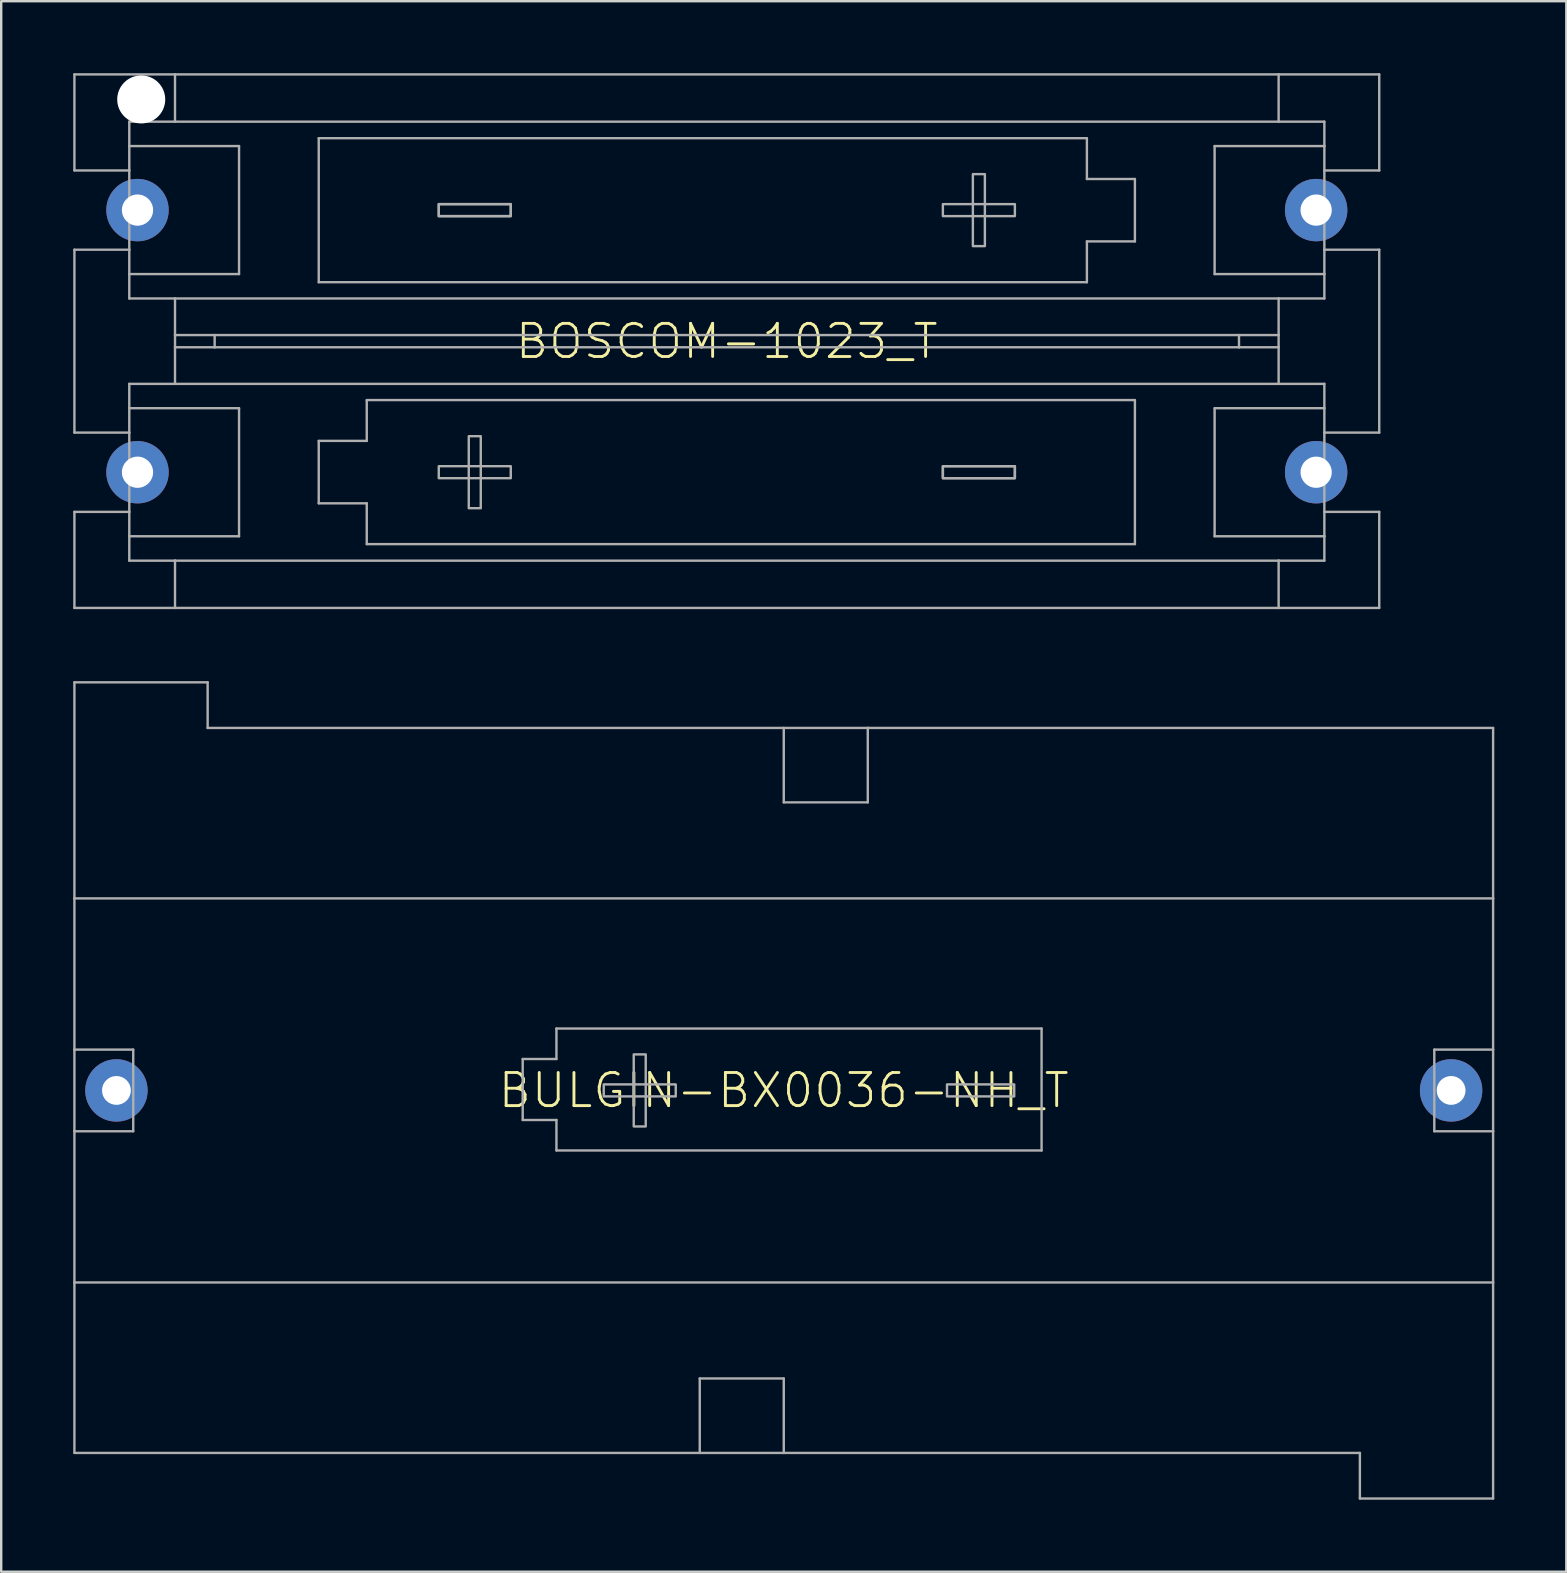
<source format=kicad_pcb>
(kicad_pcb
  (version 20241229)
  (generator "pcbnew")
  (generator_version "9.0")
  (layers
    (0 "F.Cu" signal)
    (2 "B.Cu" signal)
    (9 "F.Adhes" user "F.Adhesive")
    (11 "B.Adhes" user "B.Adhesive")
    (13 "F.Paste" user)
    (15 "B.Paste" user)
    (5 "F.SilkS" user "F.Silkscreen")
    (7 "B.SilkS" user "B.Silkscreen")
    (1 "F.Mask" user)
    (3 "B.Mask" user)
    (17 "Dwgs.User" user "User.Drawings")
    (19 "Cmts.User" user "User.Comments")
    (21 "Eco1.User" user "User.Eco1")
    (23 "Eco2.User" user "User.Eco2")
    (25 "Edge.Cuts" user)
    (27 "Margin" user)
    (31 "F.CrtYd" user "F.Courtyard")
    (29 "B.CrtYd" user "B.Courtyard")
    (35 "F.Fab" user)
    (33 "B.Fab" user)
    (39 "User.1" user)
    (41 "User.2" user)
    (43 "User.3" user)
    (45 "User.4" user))
  (footprint "BULGIN-BX0036-NH_T"
    (layer "F.Cu")
    (at 29.6 42.375)
    (property "Reference" "BULGIN-BX0036-NH_T" (at 0 0 0) (unlocked yes) (layer "F.SilkS") (effects (font (size 1.38 1.38) (thickness 0.12))))
    (fp_line (start -29.55 -17) (end -24 -17) (stroke (width 0.1) (type solid)) (layer "F.Fab"))
    (fp_line (start -29.55 -8) (end -29.55 -17) (stroke (width 0.1) (type solid)) (layer "F.Fab"))
    (fp_line (start -29.55 -1.7) (end -29.55 -8) (stroke (width 0.1) (type solid)) (layer "F.Fab"))
    (fp_line (start -29.55 1.7) (end -29.55 -1.7) (stroke (width 0.1) (type solid)) (layer "F.Fab"))
    (fp_line (start -29.55 1.7) (end -27.1 1.7) (stroke (width 0.1) (type solid)) (layer "F.Fab"))
    (fp_line (start -29.55 8) (end -29.55 1.7) (stroke (width 0.1) (type solid)) (layer "F.Fab"))
    (fp_line (start -29.55 8) (end 29.55 8) (stroke (width 0.1) (type solid)) (layer "F.Fab"))
    (fp_line (start -29.55 15.1) (end -29.55 8) (stroke (width 0.1) (type solid)) (layer "F.Fab"))
    (fp_line (start -29.55 15.1) (end -3.5 15.1) (stroke (width 0.1) (type solid)) (layer "F.Fab"))
    (fp_line (start -27.1 -1.7) (end -29.55 -1.7) (stroke (width 0.1) (type solid)) (layer "F.Fab"))
    (fp_line (start -27.1 1.7) (end -27.1 -1.7) (stroke (width 0.1) (type solid)) (layer "F.Fab"))
    (fp_line (start -24 -15.1) (end -24 -17) (stroke (width 0.1) (type solid)) (layer "F.Fab"))
    (fp_line (start -24 -15.1) (end 0 -15.1) (stroke (width 0.1) (type solid)) (layer "F.Fab"))
    (fp_line (start -10.875 -1.309) (end -10.875 1.231) (stroke (width 0.1) (type solid)) (layer "F.Fab"))
    (fp_line (start -10.875 1.231) (end -9.47 1.231) (stroke (width 0.1) (type solid)) (layer "F.Fab"))
    (fp_line (start -9.47 -2.579) (end -9.47 -1.309) (stroke (width 0.1) (type solid)) (layer "F.Fab"))
    (fp_line (start -9.47 -1.309) (end -10.875 -1.309) (stroke (width 0.1) (type solid)) (layer "F.Fab"))
    (fp_line (start -9.47 2.501) (end -9.47 1.231) (stroke (width 0.1) (type solid)) (layer "F.Fab"))
    (fp_line (start -3.5 12) (end 0 12) (stroke (width 0.1) (type solid)) (layer "F.Fab"))
    (fp_line (start -3.5 15.1) (end -3.5 12) (stroke (width 0.1) (type solid)) (layer "F.Fab"))
    (fp_line (start 0 -15.1) (end 3.5 -15.1) (stroke (width 0.1) (type solid)) (layer "F.Fab"))
    (fp_line (start 0 -12) (end 0 -15.1) (stroke (width 0.1) (type solid)) (layer "F.Fab"))
    (fp_line (start 0 -12) (end 3.5 -12) (stroke (width 0.1) (type solid)) (layer "F.Fab"))
    (fp_line (start 0 12) (end 0 15.1) (stroke (width 0.1) (type solid)) (layer "F.Fab"))
    (fp_line (start 0 15.1) (end -3.5 15.1) (stroke (width 0.1) (type solid)) (layer "F.Fab"))
    (fp_line (start 0 15.1) (end 24 15.1) (stroke (width 0.1) (type solid)) (layer "F.Fab"))
    (fp_line (start 3.5 -15.1) (end 29.55 -15.1) (stroke (width 0.1) (type solid)) (layer "F.Fab"))
    (fp_line (start 3.5 -12) (end 3.5 -15.1) (stroke (width 0.1) (type solid)) (layer "F.Fab"))
    (fp_line (start 10.74 -2.579) (end -9.47 -2.579) (stroke (width 0.1) (type solid)) (layer "F.Fab"))
    (fp_line (start 10.74 2.501) (end -9.47 2.501) (stroke (width 0.1) (type solid)) (layer "F.Fab"))
    (fp_line (start 10.74 2.501) (end 10.74 -2.579) (stroke (width 0.1) (type solid)) (layer "F.Fab"))
    (fp_line (start 24 15.1) (end 24 17) (stroke (width 0.1) (type solid)) (layer "F.Fab"))
    (fp_line (start 27.1 -1.7) (end 27.1 1.7) (stroke (width 0.1) (type solid)) (layer "F.Fab"))
    (fp_line (start 27.1 1.7) (end 29.55 1.7) (stroke (width 0.1) (type solid)) (layer "F.Fab"))
    (fp_line (start 29.55 -15.1) (end 29.55 -8) (stroke (width 0.1) (type solid)) (layer "F.Fab"))
    (fp_line (start 29.55 -8) (end -29.55 -8) (stroke (width 0.1) (type solid)) (layer "F.Fab"))
    (fp_line (start 29.55 -8) (end 29.55 -1.7) (stroke (width 0.1) (type solid)) (layer "F.Fab"))
    (fp_line (start 29.55 -1.7) (end 27.1 -1.7) (stroke (width 0.1) (type solid)) (layer "F.Fab"))
    (fp_line (start 29.55 -1.7) (end 29.55 1.7) (stroke (width 0.1) (type solid)) (layer "F.Fab"))
    (fp_line (start 29.55 1.7) (end 29.55 8) (stroke (width 0.1) (type solid)) (layer "F.Fab"))
    (fp_line (start 29.55 8) (end 29.55 17) (stroke (width 0.1) (type solid)) (layer "F.Fab"))
    (fp_line (start 29.55 17) (end 24 17) (stroke (width 0.1) (type solid)) (layer "F.Fab"))
    (fp_poly (pts (xy -7.5 0.25) (xy -4.5 0.25) (xy -4.5 -0.25) (xy -7.5 -0.25)) (stroke (width 0.1) (type default)) (fill no) (layer "F.Fab"))
    (fp_poly (pts (xy -6.25 1.5) (xy -5.75 1.5) (xy -5.75 -1.5) (xy -6.25 -1.5)) (stroke (width 0.1) (type default)) (fill no) (layer "F.Fab"))
    (fp_poly (pts (xy 6.8 0.25) (xy 9.6 0.25) (xy 9.6 -0.25) (xy 6.8 -0.25)) (stroke (width 0.1) (type default)) (fill no) (layer "F.Fab"))
    (pad "M" thru_hole circle (at 27.8 0) (size 2.6 2.6) (drill 1.2) (layers "*.Cu" "*.Mask"))
    (pad "P" thru_hole circle (at -27.8 0) (size 2.6 2.6) (drill 1.2) (layers "*.Cu" "*.Mask")))
  (footprint "BOSCOM-1023_T"
    (layer "F.Cu")
    (at 27.228 11.162)
    (property "Reference" "BOSCOM-1023_T" (at 0 0.006 0) (unlocked yes) (layer "F.SilkS") (effects (font (size 1.38 1.38) (thickness 0.12))))
    (fp_line (start -27.178 -11.113) (end -22.987 -11.113) (stroke (width 0.1) (type solid)) (layer "F.Fab"))
    (fp_line (start -27.178 -7.112) (end -27.178 -11.113) (stroke (width 0.1) (type solid)) (layer "F.Fab"))
    (fp_line (start -27.178 -7.112) (end -24.892 -7.112) (stroke (width 0.1) (type solid)) (layer "F.Fab"))
    (fp_line (start -27.178 -3.81) (end -24.892 -3.81) (stroke (width 0.1) (type solid)) (layer "F.Fab"))
    (fp_line (start -27.178 3.81) (end -27.178 -3.81) (stroke (width 0.1) (type solid)) (layer "F.Fab"))
    (fp_line (start -27.178 3.81) (end -24.892 3.81) (stroke (width 0.1) (type solid)) (layer "F.Fab"))
    (fp_line (start -27.178 7.112) (end -27.178 11.113) (stroke (width 0.1) (type solid)) (layer "F.Fab"))
    (fp_line (start -27.178 7.112) (end -24.892 7.112) (stroke (width 0.1) (type solid)) (layer "F.Fab"))
    (fp_line (start -24.892 -9.144) (end -22.987 -9.144) (stroke (width 0.1) (type solid)) (layer "F.Fab"))
    (fp_line (start -24.892 -8.128) (end -24.892 -9.144) (stroke (width 0.1) (type solid)) (layer "F.Fab"))
    (fp_line (start -24.892 -7.112) (end -24.892 -8.128) (stroke (width 0.1) (type solid)) (layer "F.Fab"))
    (fp_line (start -24.892 -7.112) (end -24.892 -3.81) (stroke (width 0.1) (type solid)) (layer "F.Fab"))
    (fp_line (start -24.892 -3.81) (end -24.892 -2.794) (stroke (width 0.1) (type solid)) (layer "F.Fab"))
    (fp_line (start -24.892 -2.794) (end -24.892 -1.778) (stroke (width 0.1) (type solid)) (layer "F.Fab"))
    (fp_line (start -24.892 -2.794) (end -20.32 -2.794) (stroke (width 0.1) (type solid)) (layer "F.Fab"))
    (fp_line (start -24.892 -1.778) (end -22.987 -1.778) (stroke (width 0.1) (type solid)) (layer "F.Fab"))
    (fp_line (start -24.892 2.794) (end -24.892 1.778) (stroke (width 0.1) (type solid)) (layer "F.Fab"))
    (fp_line (start -24.892 3.81) (end -24.892 2.794) (stroke (width 0.1) (type solid)) (layer "F.Fab"))
    (fp_line (start -24.892 3.81) (end -24.892 7.112) (stroke (width 0.1) (type solid)) (layer "F.Fab"))
    (fp_line (start -24.892 7.112) (end -24.892 8.128) (stroke (width 0.1) (type solid)) (layer "F.Fab"))
    (fp_line (start -24.892 8.128) (end -24.892 9.144) (stroke (width 0.1) (type solid)) (layer "F.Fab"))
    (fp_line (start -24.892 8.128) (end -20.32 8.128) (stroke (width 0.1) (type solid)) (layer "F.Fab"))
    (fp_line (start -22.987 -11.113) (end 22.987 -11.113) (stroke (width 0.1) (type solid)) (layer "F.Fab"))
    (fp_line (start -22.987 -9.144) (end -22.987 -11.113) (stroke (width 0.1) (type solid)) (layer "F.Fab"))
    (fp_line (start -22.987 -9.144) (end 22.987 -9.144) (stroke (width 0.1) (type solid)) (layer "F.Fab"))
    (fp_line (start -22.987 -1.778) (end 22.987 -1.778) (stroke (width 0.1) (type solid)) (layer "F.Fab"))
    (fp_line (start -22.987 -0.254) (end -22.987 -1.778) (stroke (width 0.1) (type solid)) (layer "F.Fab"))
    (fp_line (start -22.987 -0.254) (end -21.336 -0.254) (stroke (width 0.1) (type solid)) (layer "F.Fab"))
    (fp_line (start -22.987 0.254) (end -22.987 -0.254) (stroke (width 0.1) (type solid)) (layer "F.Fab"))
    (fp_line (start -22.987 1.778) (end -24.892 1.778) (stroke (width 0.1) (type solid)) (layer "F.Fab"))
    (fp_line (start -22.987 1.778) (end -22.987 0.254) (stroke (width 0.1) (type solid)) (layer "F.Fab"))
    (fp_line (start -22.987 9.144) (end -24.892 9.144) (stroke (width 0.1) (type solid)) (layer "F.Fab"))
    (fp_line (start -22.987 9.144) (end -22.987 11.113) (stroke (width 0.1) (type solid)) (layer "F.Fab"))
    (fp_line (start -22.987 11.113) (end -27.178 11.113) (stroke (width 0.1) (type solid)) (layer "F.Fab"))
    (fp_line (start -21.336 -0.254) (end -21.336 0.254) (stroke (width 0.1) (type solid)) (layer "F.Fab"))
    (fp_line (start -21.336 -0.254) (end 21.336 -0.254) (stroke (width 0.1) (type solid)) (layer "F.Fab"))
    (fp_line (start -21.336 0.254) (end -22.987 0.254) (stroke (width 0.1) (type solid)) (layer "F.Fab"))
    (fp_line (start -20.32 -8.128) (end -24.892 -8.128) (stroke (width 0.1) (type solid)) (layer "F.Fab"))
    (fp_line (start -20.32 -2.794) (end -20.32 -8.128) (stroke (width 0.1) (type solid)) (layer "F.Fab"))
    (fp_line (start -20.32 2.794) (end -24.892 2.794) (stroke (width 0.1) (type solid)) (layer "F.Fab"))
    (fp_line (start -20.32 8.128) (end -20.32 2.794) (stroke (width 0.1) (type solid)) (layer "F.Fab"))
    (fp_line (start -17 -8.455) (end -17 -2.455) (stroke (width 0.1) (type solid)) (layer "F.Fab"))
    (fp_line (start -17 -8.455) (end 15 -8.455) (stroke (width 0.1) (type solid)) (layer "F.Fab"))
    (fp_line (start -17 -2.455) (end 15 -2.455) (stroke (width 0.1) (type solid)) (layer "F.Fab"))
    (fp_line (start -17 4.155) (end -17 6.755) (stroke (width 0.1) (type solid)) (layer "F.Fab"))
    (fp_line (start -17 6.755) (end -15 6.755) (stroke (width 0.1) (type solid)) (layer "F.Fab"))
    (fp_line (start -15 2.455) (end -15 4.155) (stroke (width 0.1) (type solid)) (layer "F.Fab"))
    (fp_line (start -15 4.155) (end -17 4.155) (stroke (width 0.1) (type solid)) (layer "F.Fab"))
    (fp_line (start -15 8.455) (end -15 6.755) (stroke (width 0.1) (type solid)) (layer "F.Fab"))
    (fp_line (start 15 -8.455) (end 15 -6.755) (stroke (width 0.1) (type solid)) (layer "F.Fab"))
    (fp_line (start 15 -4.155) (end 17 -4.155) (stroke (width 0.1) (type solid)) (layer "F.Fab"))
    (fp_line (start 15 -2.455) (end 15 -4.155) (stroke (width 0.1) (type solid)) (layer "F.Fab"))
    (fp_line (start 17 -6.755) (end 15 -6.755) (stroke (width 0.1) (type solid)) (layer "F.Fab"))
    (fp_line (start 17 -4.155) (end 17 -6.755) (stroke (width 0.1) (type solid)) (layer "F.Fab"))
    (fp_line (start 17 2.455) (end -15 2.455) (stroke (width 0.1) (type solid)) (layer "F.Fab"))
    (fp_line (start 17 8.455) (end -15 8.455) (stroke (width 0.1) (type solid)) (layer "F.Fab"))
    (fp_line (start 17 8.455) (end 17 2.455) (stroke (width 0.1) (type solid)) (layer "F.Fab"))
    (fp_line (start 20.32 -8.128) (end 20.32 -2.794) (stroke (width 0.1) (type solid)) (layer "F.Fab"))
    (fp_line (start 20.32 -2.794) (end 24.892 -2.794) (stroke (width 0.1) (type solid)) (layer "F.Fab"))
    (fp_line (start 20.32 2.794) (end 20.32 8.128) (stroke (width 0.1) (type solid)) (layer "F.Fab"))
    (fp_line (start 20.32 8.128) (end 24.892 8.128) (stroke (width 0.1) (type solid)) (layer "F.Fab"))
    (fp_line (start 21.336 -0.254) (end 21.336 0.254) (stroke (width 0.1) (type solid)) (layer "F.Fab"))
    (fp_line (start 21.336 -0.254) (end 22.987 -0.254) (stroke (width 0.1) (type solid)) (layer "F.Fab"))
    (fp_line (start 21.336 0.254) (end -21.336 0.254) (stroke (width 0.1) (type solid)) (layer "F.Fab"))
    (fp_line (start 22.987 -11.113) (end 22.987 -9.144) (stroke (width 0.1) (type solid)) (layer "F.Fab"))
    (fp_line (start 22.987 -11.113) (end 27.178 -11.113) (stroke (width 0.1) (type solid)) (layer "F.Fab"))
    (fp_line (start 22.987 -9.144) (end 24.892 -9.144) (stroke (width 0.1) (type solid)) (layer "F.Fab"))
    (fp_line (start 22.987 -1.778) (end 22.987 -0.254) (stroke (width 0.1) (type solid)) (layer "F.Fab"))
    (fp_line (start 22.987 -1.778) (end 24.892 -1.778) (stroke (width 0.1) (type solid)) (layer "F.Fab"))
    (fp_line (start 22.987 -0.254) (end 22.987 0.254) (stroke (width 0.1) (type solid)) (layer "F.Fab"))
    (fp_line (start 22.987 0.254) (end 21.336 0.254) (stroke (width 0.1) (type solid)) (layer "F.Fab"))
    (fp_line (start 22.987 0.254) (end 22.987 1.778) (stroke (width 0.1) (type solid)) (layer "F.Fab"))
    (fp_line (start 22.987 1.778) (end -22.987 1.778) (stroke (width 0.1) (type solid)) (layer "F.Fab"))
    (fp_line (start 22.987 9.144) (end -22.987 9.144) (stroke (width 0.1) (type solid)) (layer "F.Fab"))
    (fp_line (start 22.987 9.144) (end 22.987 11.113) (stroke (width 0.1) (type solid)) (layer "F.Fab"))
    (fp_line (start 22.987 11.113) (end -22.987 11.113) (stroke (width 0.1) (type solid)) (layer "F.Fab"))
    (fp_line (start 22.987 11.113) (end 27.178 11.113) (stroke (width 0.1) (type solid)) (layer "F.Fab"))
    (fp_line (start 24.892 -8.128) (end 20.32 -8.128) (stroke (width 0.1) (type solid)) (layer "F.Fab"))
    (fp_line (start 24.892 -8.128) (end 24.892 -9.144) (stroke (width 0.1) (type solid)) (layer "F.Fab"))
    (fp_line (start 24.892 -7.112) (end 24.892 -8.128) (stroke (width 0.1) (type solid)) (layer "F.Fab"))
    (fp_line (start 24.892 -7.112) (end 24.892 -3.81) (stroke (width 0.1) (type solid)) (layer "F.Fab"))
    (fp_line (start 24.892 -3.81) (end 24.892 -2.794) (stroke (width 0.1) (type solid)) (layer "F.Fab"))
    (fp_line (start 24.892 -2.794) (end 24.892 -1.778) (stroke (width 0.1) (type solid)) (layer "F.Fab"))
    (fp_line (start 24.892 1.778) (end 22.987 1.778) (stroke (width 0.1) (type solid)) (layer "F.Fab"))
    (fp_line (start 24.892 2.794) (end 20.32 2.794) (stroke (width 0.1) (type solid)) (layer "F.Fab"))
    (fp_line (start 24.892 2.794) (end 24.892 1.778) (stroke (width 0.1) (type solid)) (layer "F.Fab"))
    (fp_line (start 24.892 3.81) (end 24.892 2.794) (stroke (width 0.1) (type solid)) (layer "F.Fab"))
    (fp_line (start 24.892 7.112) (end 24.892 3.81) (stroke (width 0.1) (type solid)) (layer "F.Fab"))
    (fp_line (start 24.892 7.112) (end 24.892 8.128) (stroke (width 0.1) (type solid)) (layer "F.Fab"))
    (fp_line (start 24.892 8.128) (end 24.892 9.144) (stroke (width 0.1) (type solid)) (layer "F.Fab"))
    (fp_line (start 24.892 9.144) (end 22.987 9.144) (stroke (width 0.1) (type solid)) (layer "F.Fab"))
    (fp_line (start 27.178 -11.113) (end 27.178 -7.112) (stroke (width 0.1) (type solid)) (layer "F.Fab"))
    (fp_line (start 27.178 -7.112) (end 24.892 -7.112) (stroke (width 0.1) (type solid)) (layer "F.Fab"))
    (fp_line (start 27.178 -3.81) (end 24.892 -3.81) (stroke (width 0.1) (type solid)) (layer "F.Fab"))
    (fp_line (start 27.178 3.81) (end 24.892 3.81) (stroke (width 0.1) (type solid)) (layer "F.Fab"))
    (fp_line (start 27.178 3.81) (end 27.178 -3.81) (stroke (width 0.1) (type solid)) (layer "F.Fab"))
    (fp_line (start 27.178 7.112) (end 24.892 7.112) (stroke (width 0.1) (type solid)) (layer "F.Fab"))
    (fp_line (start 27.178 11.113) (end 27.178 7.112) (stroke (width 0.1) (type solid)) (layer "F.Fab"))
    (fp_poly (pts (xy -12 5.709) (xy -9 5.709) (xy -9 5.209) (xy -12 5.209)) (stroke (width 0.1) (type default)) (fill no) (layer "F.Fab"))
    (fp_poly (pts (xy -10.75 6.959) (xy -10.25 6.959) (xy -10.25 3.959) (xy -10.75 3.959)) (stroke (width 0.1) (type default)) (fill no) (layer "F.Fab"))
    (fp_poly (pts (xy -9 -5.709) (xy -12 -5.709) (xy -12 -5.209) (xy -9 -5.209)) (stroke (width 0.1) (type default)) (fill no) (layer "F.Fab"))
    (fp_poly (pts (xy -9 -5.709) (xy -12 -5.709) (xy -12 -5.209) (xy -9 -5.209)) (stroke (width 0.1) (type default)) (fill no) (layer "F.Fab"))
    (fp_poly (pts (xy 9 5.709) (xy 12 5.709) (xy 12 5.209) (xy 9 5.209)) (stroke (width 0.1) (type default)) (fill no) (layer "F.Fab"))
    (fp_poly (pts (xy 9 5.709) (xy 12 5.709) (xy 12 5.209) (xy 9 5.209)) (stroke (width 0.1) (type default)) (fill no) (layer "F.Fab"))
    (fp_poly (pts (xy 10.75 -6.959) (xy 10.25 -6.959) (xy 10.25 -3.959) (xy 10.75 -3.959)) (stroke (width 0.1) (type default)) (fill no) (layer "F.Fab"))
    (fp_poly (pts (xy 12 -5.709) (xy 9 -5.709) (xy 9 -5.209) (xy 12 -5.209)) (stroke (width 0.1) (type default)) (fill no) (layer "F.Fab"))
    (pad "" np_thru_hole circle (at -24.395 -10.07) (size 2 2) (drill 2) (layers "*.Cu" "*.Mask"))
    (pad "M1" thru_hole circle (at 24.55 5.46) (size 2.6 2.6) (drill 1.3) (layers "*.Cu" "*.Mask"))
    (pad "M2" thru_hole circle (at -24.55 -5.46) (size 2.6 2.6) (drill 1.3) (layers "*.Cu" "*.Mask"))
    (pad "P1" thru_hole circle (at -24.55 5.46) (size 2.6 2.6) (drill 1.3) (layers "*.Cu" "*.Mask"))
    (pad "P2" thru_hole circle (at 24.55 -5.46) (size 2.6 2.6) (drill 1.3) (layers "*.Cu" "*.Mask")))
  (gr_rect
    (start -3 -3)
    (end 62.2 62.425)
    (stroke (width 0.1) (type default))
    (fill no)
    (layer "Edge.Cuts")))
</source>
